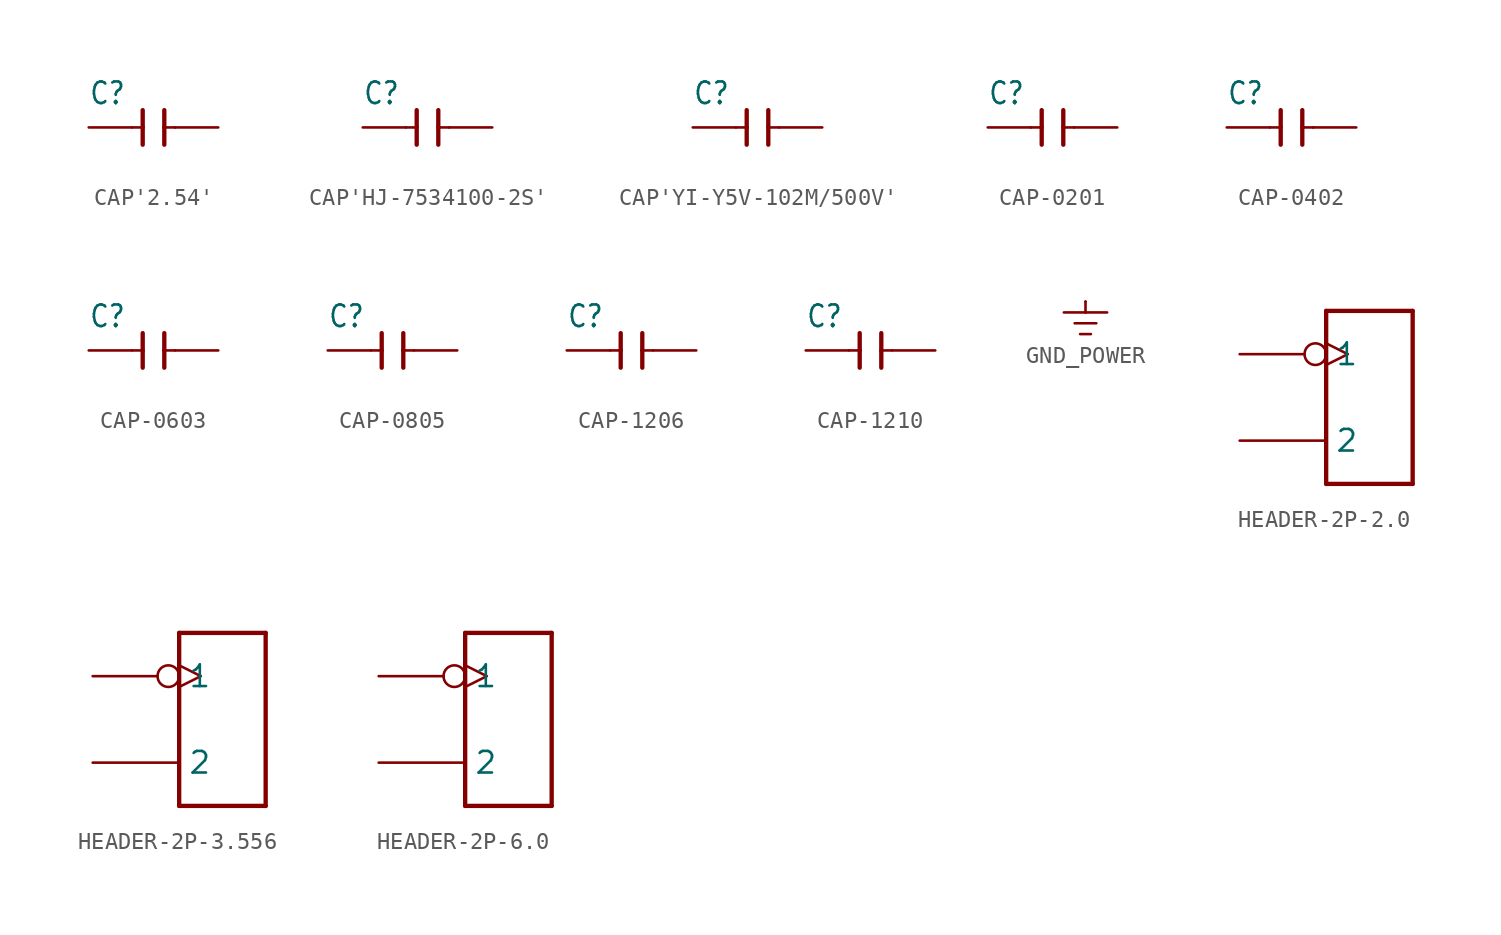
<source format=kicad_sym>
(kicad_symbol_lib
  (version 20220914)
  (generator kicad_symbol_editor)
  (symbol "CAP'2.54'"
    (property "Reference" "C"
      (at -3.81 1.27 0)
      (effects (font (size 1.27 1.079)) (justify left bottom)))
    (property "Value" ""
      (at -3.81 -2.54 0)
      (effects (font (size 1.27 1.079)) (justify left bottom)))
    (property "ki_locked" ""
      (at 0 0 0)
      (effects (font (size 1.27 1.27))))
    (symbol "CAP'2.54'_1_0"
      (polyline (pts (xy -1.27 0) (xy -0.635 0)) (stroke (width 0.152) (type solid)) (fill (type none)))
      (polyline (pts (xy -0.635 -1.016) (xy -0.635 0)) (stroke (width 0.254) (type solid)) (fill (type none)))
      (polyline (pts (xy -0.635 0) (xy -0.635 1.016)) (stroke (width 0.254) (type solid)) (fill (type none)))
      (polyline (pts (xy 0.635 0) (xy 0.635 -1.016)) (stroke (width 0.254) (type solid)) (fill (type none)))
      (polyline (pts (xy 0.635 0) (xy 1.27 0)) (stroke (width 0.152) (type solid)) (fill (type none)))
      (polyline (pts (xy 0.635 1.016) (xy 0.635 0)) (stroke (width 0.254) (type solid)) (fill (type none)))
      (pin passive line (at -3.81 0 0) (length 2.54) (name "1" (effects (font (size 0 0)))) (number "1" (effects (font (size 0 0)))))
      (pin passive line (at 3.81 0 180) (length 2.54) (name "2" (effects (font (size 0 0)))) (number "2" (effects (font (size 0 0)))))))
  (symbol "CAP'HJ-7534100-2S'"
    (property "Reference" "C"
      (at -3.81 1.27 0)
      (effects (font (size 1.27 1.079)) (justify left bottom)))
    (property "Value" ""
      (at -3.81 -2.54 0)
      (effects (font (size 1.27 1.079)) (justify left bottom)))
    (property "ki_locked" ""
      (at 0 0 0)
      (effects (font (size 1.27 1.27))))
    (symbol "CAP'HJ-7534100-2S'_1_0"
      (polyline (pts (xy -1.27 0) (xy -0.635 0)) (stroke (width 0.152) (type solid)) (fill (type none)))
      (polyline (pts (xy -0.635 -1.016) (xy -0.635 0)) (stroke (width 0.254) (type solid)) (fill (type none)))
      (polyline (pts (xy -0.635 0) (xy -0.635 1.016)) (stroke (width 0.254) (type solid)) (fill (type none)))
      (polyline (pts (xy 0.635 0) (xy 0.635 -1.016)) (stroke (width 0.254) (type solid)) (fill (type none)))
      (polyline (pts (xy 0.635 0) (xy 1.27 0)) (stroke (width 0.152) (type solid)) (fill (type none)))
      (polyline (pts (xy 0.635 1.016) (xy 0.635 0)) (stroke (width 0.254) (type solid)) (fill (type none)))
      (pin passive line (at -3.81 0 0) (length 2.54) (name "1" (effects (font (size 0 0)))) (number "1" (effects (font (size 0 0)))))
      (pin passive line (at 3.81 0 180) (length 2.54) (name "2" (effects (font (size 0 0)))) (number "2" (effects (font (size 0 0)))))))
  (symbol "CAP'YI-Y5V-102M/500V'"
    (property "Reference" "C"
      (at -3.81 1.27 0)
      (effects (font (size 1.27 1.079)) (justify left bottom)))
    (property "Value" ""
      (at -3.81 -2.54 0)
      (effects (font (size 1.27 1.079)) (justify left bottom)))
    (property "ki_locked" ""
      (at 0 0 0)
      (effects (font (size 1.27 1.27))))
    (symbol "CAP'YI-Y5V-102M/500V'_1_0"
      (polyline (pts (xy -1.27 0) (xy -0.635 0)) (stroke (width 0.152) (type solid)) (fill (type none)))
      (polyline (pts (xy -0.635 -1.016) (xy -0.635 0)) (stroke (width 0.254) (type solid)) (fill (type none)))
      (polyline (pts (xy -0.635 0) (xy -0.635 1.016)) (stroke (width 0.254) (type solid)) (fill (type none)))
      (polyline (pts (xy 0.635 0) (xy 0.635 -1.016)) (stroke (width 0.254) (type solid)) (fill (type none)))
      (polyline (pts (xy 0.635 0) (xy 1.27 0)) (stroke (width 0.152) (type solid)) (fill (type none)))
      (polyline (pts (xy 0.635 1.016) (xy 0.635 0)) (stroke (width 0.254) (type solid)) (fill (type none)))
      (pin passive line (at -3.81 0 0) (length 2.54) (name "1" (effects (font (size 0 0)))) (number "1" (effects (font (size 0 0)))))
      (pin passive line (at 3.81 0 180) (length 2.54) (name "2" (effects (font (size 0 0)))) (number "2" (effects (font (size 0 0)))))))
  (symbol "CAP-0201"
    (property "Reference" "C"
      (at -3.81 1.27 0)
      (effects (font (size 1.27 1.079)) (justify left bottom)))
    (property "Value" ""
      (at -3.81 -2.54 0)
      (effects (font (size 1.27 1.079)) (justify left bottom)))
    (property "ki_locked" ""
      (at 0 0 0)
      (effects (font (size 1.27 1.27))))
    (symbol "CAP-0201_1_0"
      (polyline (pts (xy -1.27 0) (xy -0.635 0)) (stroke (width 0.152) (type solid)) (fill (type none)))
      (polyline (pts (xy -0.635 -1.016) (xy -0.635 0)) (stroke (width 0.254) (type solid)) (fill (type none)))
      (polyline (pts (xy -0.635 0) (xy -0.635 1.016)) (stroke (width 0.254) (type solid)) (fill (type none)))
      (polyline (pts (xy 0.635 0) (xy 0.635 -1.016)) (stroke (width 0.254) (type solid)) (fill (type none)))
      (polyline (pts (xy 0.635 0) (xy 1.27 0)) (stroke (width 0.152) (type solid)) (fill (type none)))
      (polyline (pts (xy 0.635 1.016) (xy 0.635 0)) (stroke (width 0.254) (type solid)) (fill (type none)))
      (pin passive line (at -3.81 0 0) (length 2.54) (name "1" (effects (font (size 0 0)))) (number "1" (effects (font (size 0 0)))))
      (pin passive line (at 3.81 0 180) (length 2.54) (name "2" (effects (font (size 0 0)))) (number "2" (effects (font (size 0 0)))))))
  (symbol "CAP-0402"
    (property "Reference" "C"
      (at -3.81 1.27 0)
      (effects (font (size 1.27 1.079)) (justify left bottom)))
    (property "Value" ""
      (at -3.81 -2.54 0)
      (effects (font (size 1.27 1.079)) (justify left bottom)))
    (property "ki_locked" ""
      (at 0 0 0)
      (effects (font (size 1.27 1.27))))
    (symbol "CAP-0402_1_0"
      (polyline (pts (xy -1.27 0) (xy -0.635 0)) (stroke (width 0.152) (type solid)) (fill (type none)))
      (polyline (pts (xy -0.635 -1.016) (xy -0.635 0)) (stroke (width 0.254) (type solid)) (fill (type none)))
      (polyline (pts (xy -0.635 0) (xy -0.635 1.016)) (stroke (width 0.254) (type solid)) (fill (type none)))
      (polyline (pts (xy 0.635 0) (xy 0.635 -1.016)) (stroke (width 0.254) (type solid)) (fill (type none)))
      (polyline (pts (xy 0.635 0) (xy 1.27 0)) (stroke (width 0.152) (type solid)) (fill (type none)))
      (polyline (pts (xy 0.635 1.016) (xy 0.635 0)) (stroke (width 0.254) (type solid)) (fill (type none)))
      (pin passive line (at -3.81 0 0) (length 2.54) (name "1" (effects (font (size 0 0)))) (number "1" (effects (font (size 0 0)))))
      (pin passive line (at 3.81 0 180) (length 2.54) (name "2" (effects (font (size 0 0)))) (number "2" (effects (font (size 0 0)))))))
  (symbol "CAP-0603"
    (property "Reference" "C"
      (at -3.81 1.27 0)
      (effects (font (size 1.27 1.079)) (justify left bottom)))
    (property "Value" ""
      (at -3.81 -2.54 0)
      (effects (font (size 1.27 1.079)) (justify left bottom)))
    (property "ki_locked" ""
      (at 0 0 0)
      (effects (font (size 1.27 1.27))))
    (symbol "CAP-0603_1_0"
      (polyline (pts (xy -1.27 0) (xy -0.635 0)) (stroke (width 0.152) (type solid)) (fill (type none)))
      (polyline (pts (xy -0.635 -1.016) (xy -0.635 0)) (stroke (width 0.254) (type solid)) (fill (type none)))
      (polyline (pts (xy -0.635 0) (xy -0.635 1.016)) (stroke (width 0.254) (type solid)) (fill (type none)))
      (polyline (pts (xy 0.635 0) (xy 0.635 -1.016)) (stroke (width 0.254) (type solid)) (fill (type none)))
      (polyline (pts (xy 0.635 0) (xy 1.27 0)) (stroke (width 0.152) (type solid)) (fill (type none)))
      (polyline (pts (xy 0.635 1.016) (xy 0.635 0)) (stroke (width 0.254) (type solid)) (fill (type none)))
      (pin passive line (at -3.81 0 0) (length 2.54) (name "1" (effects (font (size 0 0)))) (number "1" (effects (font (size 0 0)))))
      (pin passive line (at 3.81 0 180) (length 2.54) (name "2" (effects (font (size 0 0)))) (number "2" (effects (font (size 0 0)))))))
  (symbol "CAP-0805"
    (property "Reference" "C"
      (at -3.81 1.27 0)
      (effects (font (size 1.27 1.079)) (justify left bottom)))
    (property "Value" ""
      (at -3.81 -2.54 0)
      (effects (font (size 1.27 1.079)) (justify left bottom)))
    (property "ki_locked" ""
      (at 0 0 0)
      (effects (font (size 1.27 1.27))))
    (symbol "CAP-0805_1_0"
      (polyline (pts (xy -1.27 0) (xy -0.635 0)) (stroke (width 0.152) (type solid)) (fill (type none)))
      (polyline (pts (xy -0.635 -1.016) (xy -0.635 0)) (stroke (width 0.254) (type solid)) (fill (type none)))
      (polyline (pts (xy -0.635 0) (xy -0.635 1.016)) (stroke (width 0.254) (type solid)) (fill (type none)))
      (polyline (pts (xy 0.635 0) (xy 0.635 -1.016)) (stroke (width 0.254) (type solid)) (fill (type none)))
      (polyline (pts (xy 0.635 0) (xy 1.27 0)) (stroke (width 0.152) (type solid)) (fill (type none)))
      (polyline (pts (xy 0.635 1.016) (xy 0.635 0)) (stroke (width 0.254) (type solid)) (fill (type none)))
      (pin passive line (at -3.81 0 0) (length 2.54) (name "1" (effects (font (size 0 0)))) (number "1" (effects (font (size 0 0)))))
      (pin passive line (at 3.81 0 180) (length 2.54) (name "2" (effects (font (size 0 0)))) (number "2" (effects (font (size 0 0)))))))
  (symbol "CAP-1206"
    (property "Reference" "C"
      (at -3.81 1.27 0)
      (effects (font (size 1.27 1.079)) (justify left bottom)))
    (property "Value" ""
      (at -3.81 -2.54 0)
      (effects (font (size 1.27 1.079)) (justify left bottom)))
    (property "ki_locked" ""
      (at 0 0 0)
      (effects (font (size 1.27 1.27))))
    (symbol "CAP-1206_1_0"
      (polyline (pts (xy -1.27 0) (xy -0.635 0)) (stroke (width 0.152) (type solid)) (fill (type none)))
      (polyline (pts (xy -0.635 -1.016) (xy -0.635 0)) (stroke (width 0.254) (type solid)) (fill (type none)))
      (polyline (pts (xy -0.635 0) (xy -0.635 1.016)) (stroke (width 0.254) (type solid)) (fill (type none)))
      (polyline (pts (xy 0.635 0) (xy 0.635 -1.016)) (stroke (width 0.254) (type solid)) (fill (type none)))
      (polyline (pts (xy 0.635 0) (xy 1.27 0)) (stroke (width 0.152) (type solid)) (fill (type none)))
      (polyline (pts (xy 0.635 1.016) (xy 0.635 0)) (stroke (width 0.254) (type solid)) (fill (type none)))
      (pin passive line (at -3.81 0 0) (length 2.54) (name "1" (effects (font (size 0 0)))) (number "1" (effects (font (size 0 0)))))
      (pin passive line (at 3.81 0 180) (length 2.54) (name "2" (effects (font (size 0 0)))) (number "2" (effects (font (size 0 0)))))))
  (symbol "CAP-1210"
    (property "Reference" "C"
      (at -3.81 1.27 0)
      (effects (font (size 1.27 1.079)) (justify left bottom)))
    (property "Value" ""
      (at -3.81 -2.54 0)
      (effects (font (size 1.27 1.079)) (justify left bottom)))
    (property "ki_locked" ""
      (at 0 0 0)
      (effects (font (size 1.27 1.27))))
    (symbol "CAP-1210_1_0"
      (polyline (pts (xy -1.27 0) (xy -0.635 0)) (stroke (width 0.152) (type solid)) (fill (type none)))
      (polyline (pts (xy -0.635 -1.016) (xy -0.635 0)) (stroke (width 0.254) (type solid)) (fill (type none)))
      (polyline (pts (xy -0.635 0) (xy -0.635 1.016)) (stroke (width 0.254) (type solid)) (fill (type none)))
      (polyline (pts (xy 0.635 0) (xy 0.635 -1.016)) (stroke (width 0.254) (type solid)) (fill (type none)))
      (polyline (pts (xy 0.635 0) (xy 1.27 0)) (stroke (width 0.152) (type solid)) (fill (type none)))
      (polyline (pts (xy 0.635 1.016) (xy 0.635 0)) (stroke (width 0.254) (type solid)) (fill (type none)))
      (pin passive line (at -3.81 0 0) (length 2.54) (name "1" (effects (font (size 0 0)))) (number "1" (effects (font (size 0 0)))))
      (pin passive line (at 3.81 0 180) (length 2.54) (name "2" (effects (font (size 0 0)))) (number "2" (effects (font (size 0 0)))))))
  (symbol "GND_POWER"
    (power)
    (property "Reference" ""
      (at 0 0 0)
      (effects (font (size 1.27 1.27)) hide))
    (property "ki_locked" ""
      (at 0 0 0)
      (effects (font (size 1.27 1.27))))
    (symbol "GND_POWER_1_0"
      (polyline (pts (xy -1.27 -0.635) (xy 0 -0.635)) (stroke (width 0.152) (type solid)) (fill (type none)))
      (polyline (pts (xy -0.635 -1.27) (xy 0.635 -1.27)) (stroke (width 0.152) (type solid)) (fill (type none)))
      (polyline (pts (xy -0.318 -1.905) (xy 0.318 -1.905)) (stroke (width 0.152) (type solid)) (fill (type none)))
      (polyline (pts (xy 0 -0.635) (xy 1.27 -0.635)) (stroke (width 0.152) (type solid)) (fill (type none)))
      (polyline (pts (xy 0 0) (xy 0 -0.635)) (stroke (width 0.152) (type solid)) (fill (type none)))
      (pin power_in line (at 0 0 270) (length 0) (name "GND" (effects (font (size 0 0)))) (number "1" (effects (font (size 0 0)))))))
  (symbol "HEADER-2P-2.0"
    (property "Reference" "J"
      (at -6.35 6.35 0)
      (effects (font (size 1.27 1.079)) (justify left bottom) hide))
    (property "ki_locked" ""
      (at 0 0 0)
      (effects (font (size 1.27 1.27))))
    (symbol "HEADER-2P-2.0_1_0"
      (polyline (pts (xy -2.54 -5.08) (xy -2.54 5.08)) (stroke (width 0.254) (type solid)) (fill (type none)))
      (polyline (pts (xy -2.54 5.08) (xy 2.54 5.08)) (stroke (width 0.254) (type solid)) (fill (type none)))
      (polyline (pts (xy 2.54 -5.08) (xy -2.54 -5.08)) (stroke (width 0.254) (type solid)) (fill (type none)))
      (polyline (pts (xy 2.54 5.08) (xy 2.54 -5.08)) (stroke (width 0.254) (type solid)) (fill (type none)))
      (pin bidirectional inverted_clock (at -7.62 2.54 0) (length 5.08) (name "1" (effects (font (size 1.27 1.27)))) (number "1" (effects (font (size 0 0)))))
      (pin bidirectional line (at -7.62 -2.54 0) (length 5.08) (name "2" (effects (font (size 1.27 1.27)))) (number "2" (effects (font (size 0 0)))))))
  (symbol "HEADER-2P-3.556"
    (property "Reference" "J"
      (at -6.35 6.35 0)
      (effects (font (size 1.27 1.079)) (justify left bottom) hide))
    (property "ki_locked" ""
      (at 0 0 0)
      (effects (font (size 1.27 1.27))))
    (symbol "HEADER-2P-3.556_1_0"
      (polyline (pts (xy -2.54 -5.08) (xy -2.54 5.08)) (stroke (width 0.254) (type solid)) (fill (type none)))
      (polyline (pts (xy -2.54 5.08) (xy 2.54 5.08)) (stroke (width 0.254) (type solid)) (fill (type none)))
      (polyline (pts (xy 2.54 -5.08) (xy -2.54 -5.08)) (stroke (width 0.254) (type solid)) (fill (type none)))
      (polyline (pts (xy 2.54 5.08) (xy 2.54 -5.08)) (stroke (width 0.254) (type solid)) (fill (type none)))
      (pin bidirectional inverted_clock (at -7.62 2.54 0) (length 5.08) (name "1" (effects (font (size 1.27 1.27)))) (number "1" (effects (font (size 0 0)))))
      (pin bidirectional line (at -7.62 -2.54 0) (length 5.08) (name "2" (effects (font (size 1.27 1.27)))) (number "2" (effects (font (size 0 0)))))))
  (symbol "HEADER-2P-6.0"
    (property "Reference" "J"
      (at -6.35 6.35 0)
      (effects (font (size 1.27 1.079)) (justify left bottom) hide))
    (property "ki_locked" ""
      (at 0 0 0)
      (effects (font (size 1.27 1.27))))
    (symbol "HEADER-2P-6.0_1_0"
      (polyline (pts (xy -2.54 -5.08) (xy -2.54 5.08)) (stroke (width 0.254) (type solid)) (fill (type none)))
      (polyline (pts (xy -2.54 5.08) (xy 2.54 5.08)) (stroke (width 0.254) (type solid)) (fill (type none)))
      (polyline (pts (xy 2.54 -5.08) (xy -2.54 -5.08)) (stroke (width 0.254) (type solid)) (fill (type none)))
      (polyline (pts (xy 2.54 5.08) (xy 2.54 -5.08)) (stroke (width 0.254) (type solid)) (fill (type none)))
      (pin bidirectional inverted_clock (at -7.62 2.54 0) (length 5.08) (name "1" (effects (font (size 1.27 1.27)))) (number "P$1" (effects (font (size 0 0)))))
      (pin bidirectional line (at -7.62 -2.54 0) (length 5.08) (name "2" (effects (font (size 1.27 1.27)))) (number "P$2" (effects (font (size 0 0))))))))
</source>
